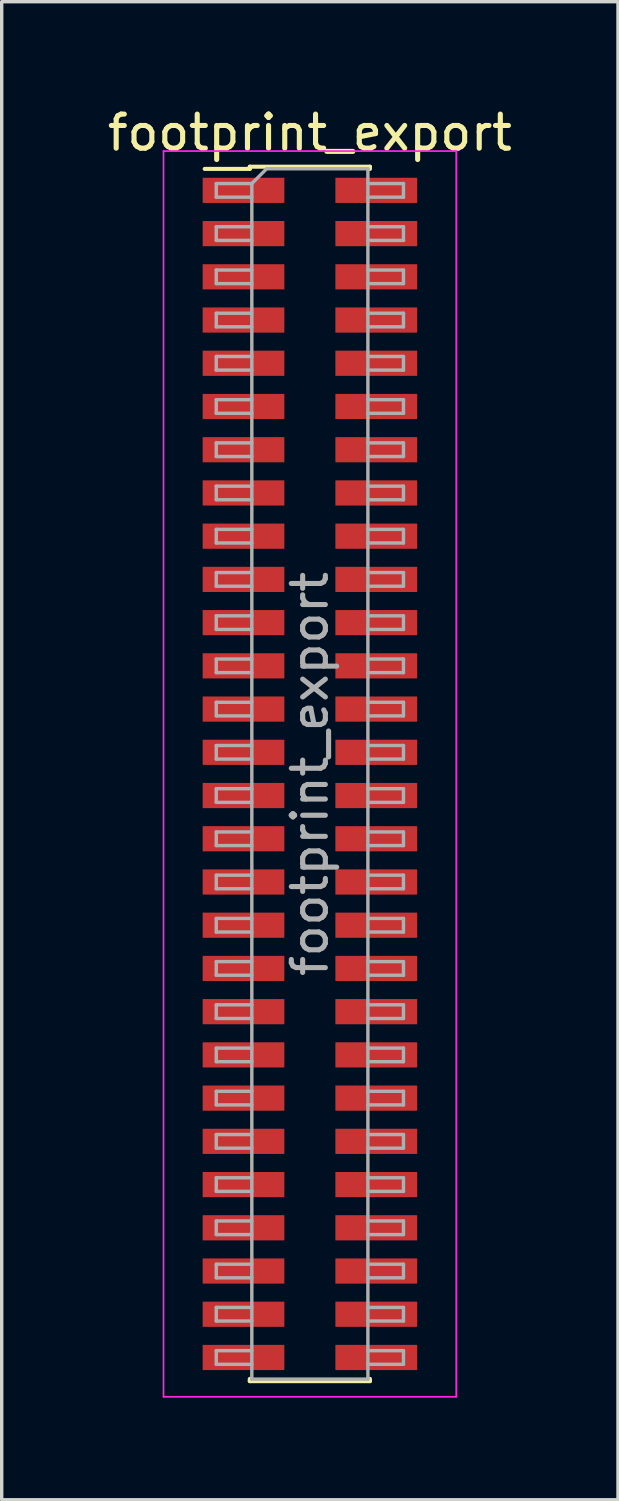
<source format=kicad_pcb>
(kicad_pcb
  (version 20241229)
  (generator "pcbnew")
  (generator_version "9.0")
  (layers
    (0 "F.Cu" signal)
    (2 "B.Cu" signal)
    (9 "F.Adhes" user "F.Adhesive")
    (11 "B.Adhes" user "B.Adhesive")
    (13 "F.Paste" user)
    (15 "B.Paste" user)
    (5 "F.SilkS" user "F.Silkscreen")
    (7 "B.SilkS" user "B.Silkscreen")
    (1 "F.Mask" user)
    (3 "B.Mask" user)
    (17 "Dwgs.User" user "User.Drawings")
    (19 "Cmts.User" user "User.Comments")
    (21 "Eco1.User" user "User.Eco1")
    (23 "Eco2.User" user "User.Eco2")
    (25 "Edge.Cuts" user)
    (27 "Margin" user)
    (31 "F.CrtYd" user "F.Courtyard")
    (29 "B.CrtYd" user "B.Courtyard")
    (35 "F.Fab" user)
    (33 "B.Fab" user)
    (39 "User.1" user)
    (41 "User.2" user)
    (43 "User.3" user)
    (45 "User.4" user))
  (footprint "footprint_export"
    (layer "F.Cu")
    (at 6.054 19.688)
    (property "Reference" "footprint_export" (at 0 -18.84 0) (layer "F.SilkS") (effects (font (size 1 1) (thickness 0.15))))
    (attr smd)
    (fp_line (start -3.09 -17.775) (end -1.765 -17.775) (stroke (width 0.12) (type solid)) (layer "F.SilkS"))
    (fp_line (start -1.765 -17.84) (end -1.765 -17.775) (stroke (width 0.12) (type solid)) (layer "F.SilkS"))
    (fp_line (start -1.765 -17.84) (end 1.765 -17.84) (stroke (width 0.12) (type solid)) (layer "F.SilkS"))
    (fp_line (start -1.765 17.775) (end -1.765 17.84) (stroke (width 0.12) (type solid)) (layer "F.SilkS"))
    (fp_line (start -1.765 17.84) (end 1.765 17.84) (stroke (width 0.12) (type solid)) (layer "F.SilkS"))
    (fp_line (start 1.765 -17.84) (end 1.765 -17.775) (stroke (width 0.12) (type solid)) (layer "F.SilkS"))
    (fp_line (start 1.765 17.775) (end 1.765 17.84) (stroke (width 0.12) (type solid)) (layer "F.SilkS"))
    (fp_line (start -4.3 -18.3) (end -4.3 18.3) (stroke (width 0.05) (type solid)) (layer "F.CrtYd"))
    (fp_line (start -4.3 18.3) (end 4.3 18.3) (stroke (width 0.05) (type solid)) (layer "F.CrtYd"))
    (fp_line (start 4.3 -18.3) (end -4.3 -18.3) (stroke (width 0.05) (type solid)) (layer "F.CrtYd"))
    (fp_line (start 4.3 18.3) (end 4.3 -18.3) (stroke (width 0.05) (type solid)) (layer "F.CrtYd"))
    (fp_line (start -2.75 -17.345) (end -2.75 -16.945) (stroke (width 0.1) (type solid)) (layer "F.Fab"))
    (fp_line (start -2.75 -16.945) (end -1.705 -16.945) (stroke (width 0.1) (type solid)) (layer "F.Fab"))
    (fp_line (start -2.75 -16.075) (end -2.75 -15.675) (stroke (width 0.1) (type solid)) (layer "F.Fab"))
    (fp_line (start -2.75 -15.675) (end -1.705 -15.675) (stroke (width 0.1) (type solid)) (layer "F.Fab"))
    (fp_line (start -2.75 -14.805) (end -2.75 -14.405) (stroke (width 0.1) (type solid)) (layer "F.Fab"))
    (fp_line (start -2.75 -14.405) (end -1.705 -14.405) (stroke (width 0.1) (type solid)) (layer "F.Fab"))
    (fp_line (start -2.75 -13.535) (end -2.75 -13.135) (stroke (width 0.1) (type solid)) (layer "F.Fab"))
    (fp_line (start -2.75 -13.135) (end -1.705 -13.135) (stroke (width 0.1) (type solid)) (layer "F.Fab"))
    (fp_line (start -2.75 -12.265) (end -2.75 -11.865) (stroke (width 0.1) (type solid)) (layer "F.Fab"))
    (fp_line (start -2.75 -11.865) (end -1.705 -11.865) (stroke (width 0.1) (type solid)) (layer "F.Fab"))
    (fp_line (start -2.75 -10.995) (end -2.75 -10.595) (stroke (width 0.1) (type solid)) (layer "F.Fab"))
    (fp_line (start -2.75 -10.595) (end -1.705 -10.595) (stroke (width 0.1) (type solid)) (layer "F.Fab"))
    (fp_line (start -2.75 -9.725) (end -2.75 -9.325) (stroke (width 0.1) (type solid)) (layer "F.Fab"))
    (fp_line (start -2.75 -9.325) (end -1.705 -9.325) (stroke (width 0.1) (type solid)) (layer "F.Fab"))
    (fp_line (start -2.75 -8.455) (end -2.75 -8.055) (stroke (width 0.1) (type solid)) (layer "F.Fab"))
    (fp_line (start -2.75 -8.055) (end -1.705 -8.055) (stroke (width 0.1) (type solid)) (layer "F.Fab"))
    (fp_line (start -2.75 -7.185) (end -2.75 -6.785) (stroke (width 0.1) (type solid)) (layer "F.Fab"))
    (fp_line (start -2.75 -6.785) (end -1.705 -6.785) (stroke (width 0.1) (type solid)) (layer "F.Fab"))
    (fp_line (start -2.75 -5.915) (end -2.75 -5.515) (stroke (width 0.1) (type solid)) (layer "F.Fab"))
    (fp_line (start -2.75 -5.515) (end -1.705 -5.515) (stroke (width 0.1) (type solid)) (layer "F.Fab"))
    (fp_line (start -2.75 -4.645) (end -2.75 -4.245) (stroke (width 0.1) (type solid)) (layer "F.Fab"))
    (fp_line (start -2.75 -4.245) (end -1.705 -4.245) (stroke (width 0.1) (type solid)) (layer "F.Fab"))
    (fp_line (start -2.75 -3.375) (end -2.75 -2.975) (stroke (width 0.1) (type solid)) (layer "F.Fab"))
    (fp_line (start -2.75 -2.975) (end -1.705 -2.975) (stroke (width 0.1) (type solid)) (layer "F.Fab"))
    (fp_line (start -2.75 -2.105) (end -2.75 -1.705) (stroke (width 0.1) (type solid)) (layer "F.Fab"))
    (fp_line (start -2.75 -1.705) (end -1.705 -1.705) (stroke (width 0.1) (type solid)) (layer "F.Fab"))
    (fp_line (start -2.75 -0.835) (end -2.75 -0.435) (stroke (width 0.1) (type solid)) (layer "F.Fab"))
    (fp_line (start -2.75 -0.435) (end -1.705 -0.435) (stroke (width 0.1) (type solid)) (layer "F.Fab"))
    (fp_line (start -2.75 0.435) (end -2.75 0.835) (stroke (width 0.1) (type solid)) (layer "F.Fab"))
    (fp_line (start -2.75 0.835) (end -1.705 0.835) (stroke (width 0.1) (type solid)) (layer "F.Fab"))
    (fp_line (start -2.75 1.705) (end -2.75 2.105) (stroke (width 0.1) (type solid)) (layer "F.Fab"))
    (fp_line (start -2.75 2.105) (end -1.705 2.105) (stroke (width 0.1) (type solid)) (layer "F.Fab"))
    (fp_line (start -2.75 2.975) (end -2.75 3.375) (stroke (width 0.1) (type solid)) (layer "F.Fab"))
    (fp_line (start -2.75 3.375) (end -1.705 3.375) (stroke (width 0.1) (type solid)) (layer "F.Fab"))
    (fp_line (start -2.75 4.245) (end -2.75 4.645) (stroke (width 0.1) (type solid)) (layer "F.Fab"))
    (fp_line (start -2.75 4.645) (end -1.705 4.645) (stroke (width 0.1) (type solid)) (layer "F.Fab"))
    (fp_line (start -2.75 5.515) (end -2.75 5.915) (stroke (width 0.1) (type solid)) (layer "F.Fab"))
    (fp_line (start -2.75 5.915) (end -1.705 5.915) (stroke (width 0.1) (type solid)) (layer "F.Fab"))
    (fp_line (start -2.75 6.785) (end -2.75 7.185) (stroke (width 0.1) (type solid)) (layer "F.Fab"))
    (fp_line (start -2.75 7.185) (end -1.705 7.185) (stroke (width 0.1) (type solid)) (layer "F.Fab"))
    (fp_line (start -2.75 8.055) (end -2.75 8.455) (stroke (width 0.1) (type solid)) (layer "F.Fab"))
    (fp_line (start -2.75 8.455) (end -1.705 8.455) (stroke (width 0.1) (type solid)) (layer "F.Fab"))
    (fp_line (start -2.75 9.325) (end -2.75 9.725) (stroke (width 0.1) (type solid)) (layer "F.Fab"))
    (fp_line (start -2.75 9.725) (end -1.705 9.725) (stroke (width 0.1) (type solid)) (layer "F.Fab"))
    (fp_line (start -2.75 10.595) (end -2.75 10.995) (stroke (width 0.1) (type solid)) (layer "F.Fab"))
    (fp_line (start -2.75 10.995) (end -1.705 10.995) (stroke (width 0.1) (type solid)) (layer "F.Fab"))
    (fp_line (start -2.75 11.865) (end -2.75 12.265) (stroke (width 0.1) (type solid)) (layer "F.Fab"))
    (fp_line (start -2.75 12.265) (end -1.705 12.265) (stroke (width 0.1) (type solid)) (layer "F.Fab"))
    (fp_line (start -2.75 13.135) (end -2.75 13.535) (stroke (width 0.1) (type solid)) (layer "F.Fab"))
    (fp_line (start -2.75 13.535) (end -1.705 13.535) (stroke (width 0.1) (type solid)) (layer "F.Fab"))
    (fp_line (start -2.75 14.405) (end -2.75 14.805) (stroke (width 0.1) (type solid)) (layer "F.Fab"))
    (fp_line (start -2.75 14.805) (end -1.705 14.805) (stroke (width 0.1) (type solid)) (layer "F.Fab"))
    (fp_line (start -2.75 15.675) (end -2.75 16.075) (stroke (width 0.1) (type solid)) (layer "F.Fab"))
    (fp_line (start -2.75 16.075) (end -1.705 16.075) (stroke (width 0.1) (type solid)) (layer "F.Fab"))
    (fp_line (start -2.75 16.945) (end -2.75 17.345) (stroke (width 0.1) (type solid)) (layer "F.Fab"))
    (fp_line (start -2.75 17.345) (end -1.705 17.345) (stroke (width 0.1) (type solid)) (layer "F.Fab"))
    (fp_line (start -1.705 -17.345) (end -2.75 -17.345) (stroke (width 0.1) (type solid)) (layer "F.Fab"))
    (fp_line (start -1.705 -17.345) (end -1.27 -17.78) (stroke (width 0.1) (type solid)) (layer "F.Fab"))
    (fp_line (start -1.705 -16.075) (end -2.75 -16.075) (stroke (width 0.1) (type solid)) (layer "F.Fab"))
    (fp_line (start -1.705 -14.805) (end -2.75 -14.805) (stroke (width 0.1) (type solid)) (layer "F.Fab"))
    (fp_line (start -1.705 -13.535) (end -2.75 -13.535) (stroke (width 0.1) (type solid)) (layer "F.Fab"))
    (fp_line (start -1.705 -12.265) (end -2.75 -12.265) (stroke (width 0.1) (type solid)) (layer "F.Fab"))
    (fp_line (start -1.705 -10.995) (end -2.75 -10.995) (stroke (width 0.1) (type solid)) (layer "F.Fab"))
    (fp_line (start -1.705 -9.725) (end -2.75 -9.725) (stroke (width 0.1) (type solid)) (layer "F.Fab"))
    (fp_line (start -1.705 -8.455) (end -2.75 -8.455) (stroke (width 0.1) (type solid)) (layer "F.Fab"))
    (fp_line (start -1.705 -7.185) (end -2.75 -7.185) (stroke (width 0.1) (type solid)) (layer "F.Fab"))
    (fp_line (start -1.705 -5.915) (end -2.75 -5.915) (stroke (width 0.1) (type solid)) (layer "F.Fab"))
    (fp_line (start -1.705 -4.645) (end -2.75 -4.645) (stroke (width 0.1) (type solid)) (layer "F.Fab"))
    (fp_line (start -1.705 -3.375) (end -2.75 -3.375) (stroke (width 0.1) (type solid)) (layer "F.Fab"))
    (fp_line (start -1.705 -2.105) (end -2.75 -2.105) (stroke (width 0.1) (type solid)) (layer "F.Fab"))
    (fp_line (start -1.705 -0.835) (end -2.75 -0.835) (stroke (width 0.1) (type solid)) (layer "F.Fab"))
    (fp_line (start -1.705 0.435) (end -2.75 0.435) (stroke (width 0.1) (type solid)) (layer "F.Fab"))
    (fp_line (start -1.705 1.705) (end -2.75 1.705) (stroke (width 0.1) (type solid)) (layer "F.Fab"))
    (fp_line (start -1.705 2.975) (end -2.75 2.975) (stroke (width 0.1) (type solid)) (layer "F.Fab"))
    (fp_line (start -1.705 4.245) (end -2.75 4.245) (stroke (width 0.1) (type solid)) (layer "F.Fab"))
    (fp_line (start -1.705 5.515) (end -2.75 5.515) (stroke (width 0.1) (type solid)) (layer "F.Fab"))
    (fp_line (start -1.705 6.785) (end -2.75 6.785) (stroke (width 0.1) (type solid)) (layer "F.Fab"))
    (fp_line (start -1.705 8.055) (end -2.75 8.055) (stroke (width 0.1) (type solid)) (layer "F.Fab"))
    (fp_line (start -1.705 9.325) (end -2.75 9.325) (stroke (width 0.1) (type solid)) (layer "F.Fab"))
    (fp_line (start -1.705 10.595) (end -2.75 10.595) (stroke (width 0.1) (type solid)) (layer "F.Fab"))
    (fp_line (start -1.705 11.865) (end -2.75 11.865) (stroke (width 0.1) (type solid)) (layer "F.Fab"))
    (fp_line (start -1.705 13.135) (end -2.75 13.135) (stroke (width 0.1) (type solid)) (layer "F.Fab"))
    (fp_line (start -1.705 14.405) (end -2.75 14.405) (stroke (width 0.1) (type solid)) (layer "F.Fab"))
    (fp_line (start -1.705 15.675) (end -2.75 15.675) (stroke (width 0.1) (type solid)) (layer "F.Fab"))
    (fp_line (start -1.705 16.945) (end -2.75 16.945) (stroke (width 0.1) (type solid)) (layer "F.Fab"))
    (fp_line (start -1.705 17.78) (end -1.705 -17.345) (stroke (width 0.1) (type solid)) (layer "F.Fab"))
    (fp_line (start -1.27 -17.78) (end 1.705 -17.78) (stroke (width 0.1) (type solid)) (layer "F.Fab"))
    (fp_line (start 1.705 -17.78) (end 1.705 17.78) (stroke (width 0.1) (type solid)) (layer "F.Fab"))
    (fp_line (start 1.705 -17.345) (end 2.75 -17.345) (stroke (width 0.1) (type solid)) (layer "F.Fab"))
    (fp_line (start 1.705 -16.075) (end 2.75 -16.075) (stroke (width 0.1) (type solid)) (layer "F.Fab"))
    (fp_line (start 1.705 -14.805) (end 2.75 -14.805) (stroke (width 0.1) (type solid)) (layer "F.Fab"))
    (fp_line (start 1.705 -13.535) (end 2.75 -13.535) (stroke (width 0.1) (type solid)) (layer "F.Fab"))
    (fp_line (start 1.705 -12.265) (end 2.75 -12.265) (stroke (width 0.1) (type solid)) (layer "F.Fab"))
    (fp_line (start 1.705 -10.995) (end 2.75 -10.995) (stroke (width 0.1) (type solid)) (layer "F.Fab"))
    (fp_line (start 1.705 -9.725) (end 2.75 -9.725) (stroke (width 0.1) (type solid)) (layer "F.Fab"))
    (fp_line (start 1.705 -8.455) (end 2.75 -8.455) (stroke (width 0.1) (type solid)) (layer "F.Fab"))
    (fp_line (start 1.705 -7.185) (end 2.75 -7.185) (stroke (width 0.1) (type solid)) (layer "F.Fab"))
    (fp_line (start 1.705 -5.915) (end 2.75 -5.915) (stroke (width 0.1) (type solid)) (layer "F.Fab"))
    (fp_line (start 1.705 -4.645) (end 2.75 -4.645) (stroke (width 0.1) (type solid)) (layer "F.Fab"))
    (fp_line (start 1.705 -3.375) (end 2.75 -3.375) (stroke (width 0.1) (type solid)) (layer "F.Fab"))
    (fp_line (start 1.705 -2.105) (end 2.75 -2.105) (stroke (width 0.1) (type solid)) (layer "F.Fab"))
    (fp_line (start 1.705 -0.835) (end 2.75 -0.835) (stroke (width 0.1) (type solid)) (layer "F.Fab"))
    (fp_line (start 1.705 0.435) (end 2.75 0.435) (stroke (width 0.1) (type solid)) (layer "F.Fab"))
    (fp_line (start 1.705 1.705) (end 2.75 1.705) (stroke (width 0.1) (type solid)) (layer "F.Fab"))
    (fp_line (start 1.705 2.975) (end 2.75 2.975) (stroke (width 0.1) (type solid)) (layer "F.Fab"))
    (fp_line (start 1.705 4.245) (end 2.75 4.245) (stroke (width 0.1) (type solid)) (layer "F.Fab"))
    (fp_line (start 1.705 5.515) (end 2.75 5.515) (stroke (width 0.1) (type solid)) (layer "F.Fab"))
    (fp_line (start 1.705 6.785) (end 2.75 6.785) (stroke (width 0.1) (type solid)) (layer "F.Fab"))
    (fp_line (start 1.705 8.055) (end 2.75 8.055) (stroke (width 0.1) (type solid)) (layer "F.Fab"))
    (fp_line (start 1.705 9.325) (end 2.75 9.325) (stroke (width 0.1) (type solid)) (layer "F.Fab"))
    (fp_line (start 1.705 10.595) (end 2.75 10.595) (stroke (width 0.1) (type solid)) (layer "F.Fab"))
    (fp_line (start 1.705 11.865) (end 2.75 11.865) (stroke (width 0.1) (type solid)) (layer "F.Fab"))
    (fp_line (start 1.705 13.135) (end 2.75 13.135) (stroke (width 0.1) (type solid)) (layer "F.Fab"))
    (fp_line (start 1.705 14.405) (end 2.75 14.405) (stroke (width 0.1) (type solid)) (layer "F.Fab"))
    (fp_line (start 1.705 15.675) (end 2.75 15.675) (stroke (width 0.1) (type solid)) (layer "F.Fab"))
    (fp_line (start 1.705 16.945) (end 2.75 16.945) (stroke (width 0.1) (type solid)) (layer "F.Fab"))
    (fp_line (start 1.705 17.78) (end -1.705 17.78) (stroke (width 0.1) (type solid)) (layer "F.Fab"))
    (fp_line (start 2.75 -17.345) (end 2.75 -16.945) (stroke (width 0.1) (type solid)) (layer "F.Fab"))
    (fp_line (start 2.75 -16.945) (end 1.705 -16.945) (stroke (width 0.1) (type solid)) (layer "F.Fab"))
    (fp_line (start 2.75 -16.075) (end 2.75 -15.675) (stroke (width 0.1) (type solid)) (layer "F.Fab"))
    (fp_line (start 2.75 -15.675) (end 1.705 -15.675) (stroke (width 0.1) (type solid)) (layer "F.Fab"))
    (fp_line (start 2.75 -14.805) (end 2.75 -14.405) (stroke (width 0.1) (type solid)) (layer "F.Fab"))
    (fp_line (start 2.75 -14.405) (end 1.705 -14.405) (stroke (width 0.1) (type solid)) (layer "F.Fab"))
    (fp_line (start 2.75 -13.535) (end 2.75 -13.135) (stroke (width 0.1) (type solid)) (layer "F.Fab"))
    (fp_line (start 2.75 -13.135) (end 1.705 -13.135) (stroke (width 0.1) (type solid)) (layer "F.Fab"))
    (fp_line (start 2.75 -12.265) (end 2.75 -11.865) (stroke (width 0.1) (type solid)) (layer "F.Fab"))
    (fp_line (start 2.75 -11.865) (end 1.705 -11.865) (stroke (width 0.1) (type solid)) (layer "F.Fab"))
    (fp_line (start 2.75 -10.995) (end 2.75 -10.595) (stroke (width 0.1) (type solid)) (layer "F.Fab"))
    (fp_line (start 2.75 -10.595) (end 1.705 -10.595) (stroke (width 0.1) (type solid)) (layer "F.Fab"))
    (fp_line (start 2.75 -9.725) (end 2.75 -9.325) (stroke (width 0.1) (type solid)) (layer "F.Fab"))
    (fp_line (start 2.75 -9.325) (end 1.705 -9.325) (stroke (width 0.1) (type solid)) (layer "F.Fab"))
    (fp_line (start 2.75 -8.455) (end 2.75 -8.055) (stroke (width 0.1) (type solid)) (layer "F.Fab"))
    (fp_line (start 2.75 -8.055) (end 1.705 -8.055) (stroke (width 0.1) (type solid)) (layer "F.Fab"))
    (fp_line (start 2.75 -7.185) (end 2.75 -6.785) (stroke (width 0.1) (type solid)) (layer "F.Fab"))
    (fp_line (start 2.75 -6.785) (end 1.705 -6.785) (stroke (width 0.1) (type solid)) (layer "F.Fab"))
    (fp_line (start 2.75 -5.915) (end 2.75 -5.515) (stroke (width 0.1) (type solid)) (layer "F.Fab"))
    (fp_line (start 2.75 -5.515) (end 1.705 -5.515) (stroke (width 0.1) (type solid)) (layer "F.Fab"))
    (fp_line (start 2.75 -4.645) (end 2.75 -4.245) (stroke (width 0.1) (type solid)) (layer "F.Fab"))
    (fp_line (start 2.75 -4.245) (end 1.705 -4.245) (stroke (width 0.1) (type solid)) (layer "F.Fab"))
    (fp_line (start 2.75 -3.375) (end 2.75 -2.975) (stroke (width 0.1) (type solid)) (layer "F.Fab"))
    (fp_line (start 2.75 -2.975) (end 1.705 -2.975) (stroke (width 0.1) (type solid)) (layer "F.Fab"))
    (fp_line (start 2.75 -2.105) (end 2.75 -1.705) (stroke (width 0.1) (type solid)) (layer "F.Fab"))
    (fp_line (start 2.75 -1.705) (end 1.705 -1.705) (stroke (width 0.1) (type solid)) (layer "F.Fab"))
    (fp_line (start 2.75 -0.835) (end 2.75 -0.435) (stroke (width 0.1) (type solid)) (layer "F.Fab"))
    (fp_line (start 2.75 -0.435) (end 1.705 -0.435) (stroke (width 0.1) (type solid)) (layer "F.Fab"))
    (fp_line (start 2.75 0.435) (end 2.75 0.835) (stroke (width 0.1) (type solid)) (layer "F.Fab"))
    (fp_line (start 2.75 0.835) (end 1.705 0.835) (stroke (width 0.1) (type solid)) (layer "F.Fab"))
    (fp_line (start 2.75 1.705) (end 2.75 2.105) (stroke (width 0.1) (type solid)) (layer "F.Fab"))
    (fp_line (start 2.75 2.105) (end 1.705 2.105) (stroke (width 0.1) (type solid)) (layer "F.Fab"))
    (fp_line (start 2.75 2.975) (end 2.75 3.375) (stroke (width 0.1) (type solid)) (layer "F.Fab"))
    (fp_line (start 2.75 3.375) (end 1.705 3.375) (stroke (width 0.1) (type solid)) (layer "F.Fab"))
    (fp_line (start 2.75 4.245) (end 2.75 4.645) (stroke (width 0.1) (type solid)) (layer "F.Fab"))
    (fp_line (start 2.75 4.645) (end 1.705 4.645) (stroke (width 0.1) (type solid)) (layer "F.Fab"))
    (fp_line (start 2.75 5.515) (end 2.75 5.915) (stroke (width 0.1) (type solid)) (layer "F.Fab"))
    (fp_line (start 2.75 5.915) (end 1.705 5.915) (stroke (width 0.1) (type solid)) (layer "F.Fab"))
    (fp_line (start 2.75 6.785) (end 2.75 7.185) (stroke (width 0.1) (type solid)) (layer "F.Fab"))
    (fp_line (start 2.75 7.185) (end 1.705 7.185) (stroke (width 0.1) (type solid)) (layer "F.Fab"))
    (fp_line (start 2.75 8.055) (end 2.75 8.455) (stroke (width 0.1) (type solid)) (layer "F.Fab"))
    (fp_line (start 2.75 8.455) (end 1.705 8.455) (stroke (width 0.1) (type solid)) (layer "F.Fab"))
    (fp_line (start 2.75 9.325) (end 2.75 9.725) (stroke (width 0.1) (type solid)) (layer "F.Fab"))
    (fp_line (start 2.75 9.725) (end 1.705 9.725) (stroke (width 0.1) (type solid)) (layer "F.Fab"))
    (fp_line (start 2.75 10.595) (end 2.75 10.995) (stroke (width 0.1) (type solid)) (layer "F.Fab"))
    (fp_line (start 2.75 10.995) (end 1.705 10.995) (stroke (width 0.1) (type solid)) (layer "F.Fab"))
    (fp_line (start 2.75 11.865) (end 2.75 12.265) (stroke (width 0.1) (type solid)) (layer "F.Fab"))
    (fp_line (start 2.75 12.265) (end 1.705 12.265) (stroke (width 0.1) (type solid)) (layer "F.Fab"))
    (fp_line (start 2.75 13.135) (end 2.75 13.535) (stroke (width 0.1) (type solid)) (layer "F.Fab"))
    (fp_line (start 2.75 13.535) (end 1.705 13.535) (stroke (width 0.1) (type solid)) (layer "F.Fab"))
    (fp_line (start 2.75 14.405) (end 2.75 14.805) (stroke (width 0.1) (type solid)) (layer "F.Fab"))
    (fp_line (start 2.75 14.805) (end 1.705 14.805) (stroke (width 0.1) (type solid)) (layer "F.Fab"))
    (fp_line (start 2.75 15.675) (end 2.75 16.075) (stroke (width 0.1) (type solid)) (layer "F.Fab"))
    (fp_line (start 2.75 16.075) (end 1.705 16.075) (stroke (width 0.1) (type solid)) (layer "F.Fab"))
    (fp_line (start 2.75 16.945) (end 2.75 17.345) (stroke (width 0.1) (type solid)) (layer "F.Fab"))
    (fp_line (start 2.75 17.345) (end 1.705 17.345) (stroke (width 0.1) (type solid)) (layer "F.Fab"))
    (fp_text user "${REFERENCE}" (at 0 0 90) (layer "F.Fab") (effects (font (size 1 1) (thickness 0.15))))
    (pad "1" smd rect (at -1.95 -17.145) (size 2.4 0.74) (layers "F.Cu" "F.Mask" "F.Paste"))
    (pad "2" smd rect (at 1.95 -17.145) (size 2.4 0.74) (layers "F.Cu" "F.Mask" "F.Paste"))
    (pad "3" smd rect (at -1.95 -15.875) (size 2.4 0.74) (layers "F.Cu" "F.Mask" "F.Paste"))
    (pad "4" smd rect (at 1.95 -15.875) (size 2.4 0.74) (layers "F.Cu" "F.Mask" "F.Paste"))
    (pad "5" smd rect (at -1.95 -14.605) (size 2.4 0.74) (layers "F.Cu" "F.Mask" "F.Paste"))
    (pad "6" smd rect (at 1.95 -14.605) (size 2.4 0.74) (layers "F.Cu" "F.Mask" "F.Paste"))
    (pad "7" smd rect (at -1.95 -13.335) (size 2.4 0.74) (layers "F.Cu" "F.Mask" "F.Paste"))
    (pad "8" smd rect (at 1.95 -13.335) (size 2.4 0.74) (layers "F.Cu" "F.Mask" "F.Paste"))
    (pad "9" smd rect (at -1.95 -12.065) (size 2.4 0.74) (layers "F.Cu" "F.Mask" "F.Paste"))
    (pad "10" smd rect (at 1.95 -12.065) (size 2.4 0.74) (layers "F.Cu" "F.Mask" "F.Paste"))
    (pad "11" smd rect (at -1.95 -10.795) (size 2.4 0.74) (layers "F.Cu" "F.Mask" "F.Paste"))
    (pad "12" smd rect (at 1.95 -10.795) (size 2.4 0.74) (layers "F.Cu" "F.Mask" "F.Paste"))
    (pad "13" smd rect (at -1.95 -9.525) (size 2.4 0.74) (layers "F.Cu" "F.Mask" "F.Paste"))
    (pad "14" smd rect (at 1.95 -9.525) (size 2.4 0.74) (layers "F.Cu" "F.Mask" "F.Paste"))
    (pad "15" smd rect (at -1.95 -8.255) (size 2.4 0.74) (layers "F.Cu" "F.Mask" "F.Paste"))
    (pad "16" smd rect (at 1.95 -8.255) (size 2.4 0.74) (layers "F.Cu" "F.Mask" "F.Paste"))
    (pad "17" smd rect (at -1.95 -6.985) (size 2.4 0.74) (layers "F.Cu" "F.Mask" "F.Paste"))
    (pad "18" smd rect (at 1.95 -6.985) (size 2.4 0.74) (layers "F.Cu" "F.Mask" "F.Paste"))
    (pad "19" smd rect (at -1.95 -5.715) (size 2.4 0.74) (layers "F.Cu" "F.Mask" "F.Paste"))
    (pad "20" smd rect (at 1.95 -5.715) (size 2.4 0.74) (layers "F.Cu" "F.Mask" "F.Paste"))
    (pad "21" smd rect (at -1.95 -4.445) (size 2.4 0.74) (layers "F.Cu" "F.Mask" "F.Paste"))
    (pad "22" smd rect (at 1.95 -4.445) (size 2.4 0.74) (layers "F.Cu" "F.Mask" "F.Paste"))
    (pad "23" smd rect (at -1.95 -3.175) (size 2.4 0.74) (layers "F.Cu" "F.Mask" "F.Paste"))
    (pad "24" smd rect (at 1.95 -3.175) (size 2.4 0.74) (layers "F.Cu" "F.Mask" "F.Paste"))
    (pad "25" smd rect (at -1.95 -1.905) (size 2.4 0.74) (layers "F.Cu" "F.Mask" "F.Paste"))
    (pad "26" smd rect (at 1.95 -1.905) (size 2.4 0.74) (layers "F.Cu" "F.Mask" "F.Paste"))
    (pad "27" smd rect (at -1.95 -0.635) (size 2.4 0.74) (layers "F.Cu" "F.Mask" "F.Paste"))
    (pad "28" smd rect (at 1.95 -0.635) (size 2.4 0.74) (layers "F.Cu" "F.Mask" "F.Paste"))
    (pad "29" smd rect (at -1.95 0.635) (size 2.4 0.74) (layers "F.Cu" "F.Mask" "F.Paste"))
    (pad "30" smd rect (at 1.95 0.635) (size 2.4 0.74) (layers "F.Cu" "F.Mask" "F.Paste"))
    (pad "31" smd rect (at -1.95 1.905) (size 2.4 0.74) (layers "F.Cu" "F.Mask" "F.Paste"))
    (pad "32" smd rect (at 1.95 1.905) (size 2.4 0.74) (layers "F.Cu" "F.Mask" "F.Paste"))
    (pad "33" smd rect (at -1.95 3.175) (size 2.4 0.74) (layers "F.Cu" "F.Mask" "F.Paste"))
    (pad "34" smd rect (at 1.95 3.175) (size 2.4 0.74) (layers "F.Cu" "F.Mask" "F.Paste"))
    (pad "35" smd rect (at -1.95 4.445) (size 2.4 0.74) (layers "F.Cu" "F.Mask" "F.Paste"))
    (pad "36" smd rect (at 1.95 4.445) (size 2.4 0.74) (layers "F.Cu" "F.Mask" "F.Paste"))
    (pad "37" smd rect (at -1.95 5.715) (size 2.4 0.74) (layers "F.Cu" "F.Mask" "F.Paste"))
    (pad "38" smd rect (at 1.95 5.715) (size 2.4 0.74) (layers "F.Cu" "F.Mask" "F.Paste"))
    (pad "39" smd rect (at -1.95 6.985) (size 2.4 0.74) (layers "F.Cu" "F.Mask" "F.Paste"))
    (pad "40" smd rect (at 1.95 6.985) (size 2.4 0.74) (layers "F.Cu" "F.Mask" "F.Paste"))
    (pad "41" smd rect (at -1.95 8.255) (size 2.4 0.74) (layers "F.Cu" "F.Mask" "F.Paste"))
    (pad "42" smd rect (at 1.95 8.255) (size 2.4 0.74) (layers "F.Cu" "F.Mask" "F.Paste"))
    (pad "43" smd rect (at -1.95 9.525) (size 2.4 0.74) (layers "F.Cu" "F.Mask" "F.Paste"))
    (pad "44" smd rect (at 1.95 9.525) (size 2.4 0.74) (layers "F.Cu" "F.Mask" "F.Paste"))
    (pad "45" smd rect (at -1.95 10.795) (size 2.4 0.74) (layers "F.Cu" "F.Mask" "F.Paste"))
    (pad "46" smd rect (at 1.95 10.795) (size 2.4 0.74) (layers "F.Cu" "F.Mask" "F.Paste"))
    (pad "47" smd rect (at -1.95 12.065) (size 2.4 0.74) (layers "F.Cu" "F.Mask" "F.Paste"))
    (pad "48" smd rect (at 1.95 12.065) (size 2.4 0.74) (layers "F.Cu" "F.Mask" "F.Paste"))
    (pad "49" smd rect (at -1.95 13.335) (size 2.4 0.74) (layers "F.Cu" "F.Mask" "F.Paste"))
    (pad "50" smd rect (at 1.95 13.335) (size 2.4 0.74) (layers "F.Cu" "F.Mask" "F.Paste"))
    (pad "51" smd rect (at -1.95 14.605) (size 2.4 0.74) (layers "F.Cu" "F.Mask" "F.Paste"))
    (pad "52" smd rect (at 1.95 14.605) (size 2.4 0.74) (layers "F.Cu" "F.Mask" "F.Paste"))
    (pad "53" smd rect (at -1.95 15.875) (size 2.4 0.74) (layers "F.Cu" "F.Mask" "F.Paste"))
    (pad "54" smd rect (at 1.95 15.875) (size 2.4 0.74) (layers "F.Cu" "F.Mask" "F.Paste"))
    (pad "55" smd rect (at -1.95 17.145) (size 2.4 0.74) (layers "F.Cu" "F.Mask" "F.Paste"))
    (pad "56" smd rect (at 1.95 17.145) (size 2.4 0.74) (layers "F.Cu" "F.Mask" "F.Paste")))
  (gr_rect
    (start -3 -3)
    (end 15.107 41.013)
    (stroke (width 0.1) (type default))
    (fill no)
    (layer "Edge.Cuts")))
</source>
